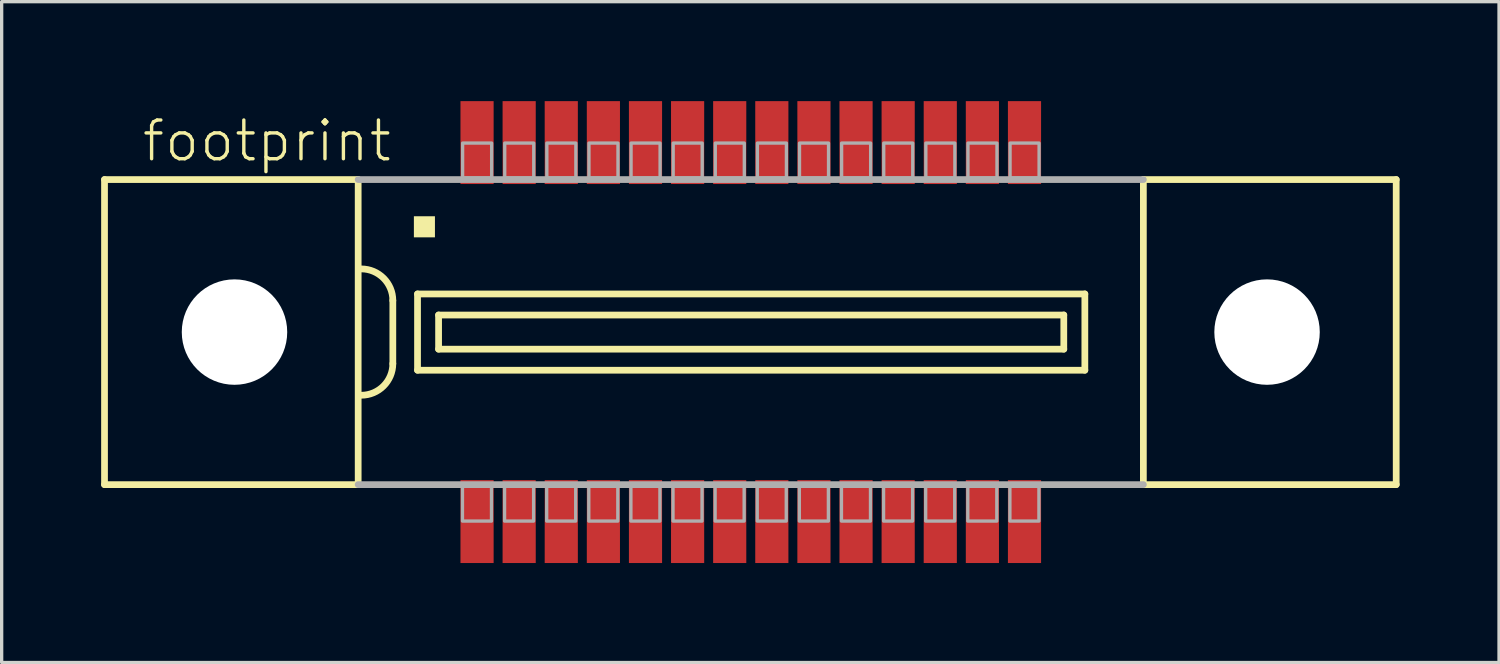
<source format=kicad_pcb>
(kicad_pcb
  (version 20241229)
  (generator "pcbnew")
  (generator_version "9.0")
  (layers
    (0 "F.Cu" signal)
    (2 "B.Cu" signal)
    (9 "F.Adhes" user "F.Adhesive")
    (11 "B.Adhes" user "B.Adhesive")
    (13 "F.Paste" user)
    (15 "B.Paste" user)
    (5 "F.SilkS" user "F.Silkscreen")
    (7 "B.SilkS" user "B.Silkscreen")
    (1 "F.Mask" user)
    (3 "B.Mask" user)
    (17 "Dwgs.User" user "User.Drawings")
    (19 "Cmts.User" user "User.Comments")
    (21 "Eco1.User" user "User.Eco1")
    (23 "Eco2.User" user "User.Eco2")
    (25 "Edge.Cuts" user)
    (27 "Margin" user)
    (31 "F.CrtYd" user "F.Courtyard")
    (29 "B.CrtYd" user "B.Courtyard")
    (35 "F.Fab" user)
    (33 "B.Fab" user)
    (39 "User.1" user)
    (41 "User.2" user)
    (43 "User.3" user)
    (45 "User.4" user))
  (footprint "footprint"
    (layer "F.Cu")
    (at 19.592 6.965)
    (property "Reference" "footprint" (at -18.415 -5.08 0) (layer "F.SilkS") (effects (font (size 1.168 1.168) (thickness 0.102)) (justify left bottom)))
    (fp_line (start -19.49 -4.6) (end -19.49 4.6) (stroke (width 0.203) (type solid)) (layer "F.SilkS"))
    (fp_line (start -19.49 4.6) (end -11.84 4.6) (stroke (width 0.203) (type solid)) (layer "F.SilkS"))
    (fp_line (start -11.84 -4.6) (end -19.49 -4.6) (stroke (width 0.203) (type solid)) (layer "F.SilkS"))
    (fp_line (start -11.84 -4.6) (end -11.84 4.6) (stroke (width 0.203) (type solid)) (layer "F.SilkS"))
    (fp_line (start -10.795 -0.953) (end -10.795 0.953) (stroke (width 0.203) (type solid)) (layer "F.SilkS"))
    (fp_line (start -10.05 -1.15) (end -10.05 1.15) (stroke (width 0.203) (type solid)) (layer "F.SilkS"))
    (fp_line (start -10.05 1.15) (end 10.075 1.15) (stroke (width 0.203) (type solid)) (layer "F.SilkS"))
    (fp_line (start -9.415 -0.515) (end -9.415 0.515) (stroke (width 0.203) (type solid)) (layer "F.SilkS"))
    (fp_line (start -9.415 0.515) (end 9.44 0.515) (stroke (width 0.203) (type solid)) (layer "F.SilkS"))
    (fp_line (start 9.44 -0.515) (end -9.415 -0.515) (stroke (width 0.203) (type solid)) (layer "F.SilkS"))
    (fp_line (start 9.44 0.515) (end 9.44 -0.515) (stroke (width 0.203) (type solid)) (layer "F.SilkS"))
    (fp_line (start 10.075 -1.15) (end -10.05 -1.15) (stroke (width 0.203) (type solid)) (layer "F.SilkS"))
    (fp_line (start 10.075 1.15) (end 10.075 -1.15) (stroke (width 0.203) (type solid)) (layer "F.SilkS"))
    (fp_line (start 11.84 4.6) (end 11.84 -4.6) (stroke (width 0.203) (type solid)) (layer "F.SilkS"))
    (fp_line (start 11.84 4.6) (end 19.465 4.6) (stroke (width 0.203) (type solid)) (layer "F.SilkS"))
    (fp_line (start 19.465 -4.6) (end 11.84 -4.6) (stroke (width 0.203) (type solid)) (layer "F.SilkS"))
    (fp_line (start 19.465 4.6) (end 19.465 -4.6) (stroke (width 0.203) (type solid)) (layer "F.SilkS"))
    (fp_arc (start -11.7475 -1.905) (mid -11.073981 -1.626019) (end -10.795 -0.9525) (stroke (width 0.2032) (type solid)) (layer "F.SilkS"))
    (fp_arc (start -10.795 0.9525) (mid -11.07401 1.625989) (end -11.747499 1.904999) (stroke (width 0.2032) (type solid)) (layer "F.SilkS"))
    (fp_poly (pts (xy -10.16 -2.857) (xy -9.525 -2.857) (xy -9.525 -3.493) (xy -10.16 -3.493)) (stroke (width 0) (type solid)) (fill yes) (layer "F.SilkS"))
    (fp_line (start -11.84 4.6) (end 11.84 4.6) (stroke (width 0.203) (type solid)) (layer "F.Fab"))
    (fp_line (start 11.84 -4.6) (end -11.84 -4.6) (stroke (width 0.203) (type solid)) (layer "F.Fab"))
    (fp_poly (pts (xy -8.69 -4.65) (xy -7.815 -4.65) (xy -7.815 -5.7) (xy -8.69 -5.7)) (stroke (width 0.1) (type solid)) (fill no) (layer "F.Fab"))
    (fp_poly (pts (xy -7.82 4.65) (xy -8.695 4.65) (xy -8.695 5.7) (xy -7.82 5.7)) (stroke (width 0.1) (type solid)) (fill no) (layer "F.Fab"))
    (fp_poly (pts (xy -7.42 -4.65) (xy -6.545 -4.65) (xy -6.545 -5.7) (xy -7.42 -5.7)) (stroke (width 0.1) (type solid)) (fill no) (layer "F.Fab"))
    (fp_poly (pts (xy -6.55 4.65) (xy -7.425 4.65) (xy -7.425 5.7) (xy -6.55 5.7)) (stroke (width 0.1) (type solid)) (fill no) (layer "F.Fab"))
    (fp_poly (pts (xy -6.15 -4.65) (xy -5.275 -4.65) (xy -5.275 -5.7) (xy -6.15 -5.7)) (stroke (width 0.1) (type solid)) (fill no) (layer "F.Fab"))
    (fp_poly (pts (xy -5.28 4.65) (xy -6.155 4.65) (xy -6.155 5.7) (xy -5.28 5.7)) (stroke (width 0.1) (type solid)) (fill no) (layer "F.Fab"))
    (fp_poly (pts (xy -4.88 -4.65) (xy -4.005 -4.65) (xy -4.005 -5.7) (xy -4.88 -5.7)) (stroke (width 0.1) (type solid)) (fill no) (layer "F.Fab"))
    (fp_poly (pts (xy -4.01 4.65) (xy -4.885 4.65) (xy -4.885 5.7) (xy -4.01 5.7)) (stroke (width 0.1) (type solid)) (fill no) (layer "F.Fab"))
    (fp_poly (pts (xy -3.61 -4.65) (xy -2.735 -4.65) (xy -2.735 -5.7) (xy -3.61 -5.7)) (stroke (width 0.1) (type solid)) (fill no) (layer "F.Fab"))
    (fp_poly (pts (xy -2.74 4.65) (xy -3.615 4.65) (xy -3.615 5.7) (xy -2.74 5.7)) (stroke (width 0.1) (type solid)) (fill no) (layer "F.Fab"))
    (fp_poly (pts (xy -2.34 -4.65) (xy -1.465 -4.65) (xy -1.465 -5.7) (xy -2.34 -5.7)) (stroke (width 0.1) (type solid)) (fill no) (layer "F.Fab"))
    (fp_poly (pts (xy -1.47 4.65) (xy -2.345 4.65) (xy -2.345 5.7) (xy -1.47 5.7)) (stroke (width 0.1) (type solid)) (fill no) (layer "F.Fab"))
    (fp_poly (pts (xy -1.07 -4.65) (xy -0.195 -4.65) (xy -0.195 -5.7) (xy -1.07 -5.7)) (stroke (width 0.1) (type solid)) (fill no) (layer "F.Fab"))
    (fp_poly (pts (xy -0.2 4.65) (xy -1.075 4.65) (xy -1.075 5.7) (xy -0.2 5.7)) (stroke (width 0.1) (type solid)) (fill no) (layer "F.Fab"))
    (fp_poly (pts (xy 0.2 -4.65) (xy 1.075 -4.65) (xy 1.075 -5.7) (xy 0.2 -5.7)) (stroke (width 0.1) (type solid)) (fill no) (layer "F.Fab"))
    (fp_poly (pts (xy 1.07 4.65) (xy 0.195 4.65) (xy 0.195 5.7) (xy 1.07 5.7)) (stroke (width 0.1) (type solid)) (fill no) (layer "F.Fab"))
    (fp_poly (pts (xy 1.47 -4.65) (xy 2.345 -4.65) (xy 2.345 -5.7) (xy 1.47 -5.7)) (stroke (width 0.1) (type solid)) (fill no) (layer "F.Fab"))
    (fp_poly (pts (xy 2.34 4.65) (xy 1.465 4.65) (xy 1.465 5.7) (xy 2.34 5.7)) (stroke (width 0.1) (type solid)) (fill no) (layer "F.Fab"))
    (fp_poly (pts (xy 2.74 -4.65) (xy 3.615 -4.65) (xy 3.615 -5.7) (xy 2.74 -5.7)) (stroke (width 0.1) (type solid)) (fill no) (layer "F.Fab"))
    (fp_poly (pts (xy 3.61 4.65) (xy 2.735 4.65) (xy 2.735 5.7) (xy 3.61 5.7)) (stroke (width 0.1) (type solid)) (fill no) (layer "F.Fab"))
    (fp_poly (pts (xy 4.01 -4.65) (xy 4.885 -4.65) (xy 4.885 -5.7) (xy 4.01 -5.7)) (stroke (width 0.1) (type solid)) (fill no) (layer "F.Fab"))
    (fp_poly (pts (xy 4.88 4.65) (xy 4.005 4.65) (xy 4.005 5.7) (xy 4.88 5.7)) (stroke (width 0.1) (type solid)) (fill no) (layer "F.Fab"))
    (fp_poly (pts (xy 5.28 -4.65) (xy 6.155 -4.65) (xy 6.155 -5.7) (xy 5.28 -5.7)) (stroke (width 0.1) (type solid)) (fill no) (layer "F.Fab"))
    (fp_poly (pts (xy 6.15 4.65) (xy 5.275 4.65) (xy 5.275 5.7) (xy 6.15 5.7)) (stroke (width 0.1) (type solid)) (fill no) (layer "F.Fab"))
    (fp_poly (pts (xy 6.55 -4.65) (xy 7.425 -4.65) (xy 7.425 -5.7) (xy 6.55 -5.7)) (stroke (width 0.1) (type solid)) (fill no) (layer "F.Fab"))
    (fp_poly (pts (xy 7.42 4.65) (xy 6.545 4.65) (xy 6.545 5.7) (xy 7.42 5.7)) (stroke (width 0.1) (type solid)) (fill no) (layer "F.Fab"))
    (fp_poly (pts (xy 7.82 -4.65) (xy 8.695 -4.65) (xy 8.695 -5.7) (xy 7.82 -5.7)) (stroke (width 0.1) (type solid)) (fill no) (layer "F.Fab"))
    (fp_poly (pts (xy 8.69 4.65) (xy 7.815 4.65) (xy 7.815 5.7) (xy 8.69 5.7)) (stroke (width 0.1) (type solid)) (fill no) (layer "F.Fab"))
    (pad "" np_thru_hole circle (at -15.57 0) (size 3.18 3.18) (drill 3.18) (layers "*.Cu" "*.Mask"))
    (pad "" np_thru_hole circle (at 15.57 0) (size 3.18 3.18) (drill 3.18) (layers "*.Cu" "*.Mask"))
    (pad "1" smd rect (at -8.255 -5.715) (size 1 2.5) (layers "F.Cu" "F.Mask" "F.Paste"))
    (pad "2" smd rect (at -6.985 -5.715) (size 1 2.5) (layers "F.Cu" "F.Mask" "F.Paste"))
    (pad "3" smd rect (at -5.715 -5.715) (size 1 2.5) (layers "F.Cu" "F.Mask" "F.Paste"))
    (pad "4" smd rect (at -4.445 -5.715) (size 1 2.5) (layers "F.Cu" "F.Mask" "F.Paste"))
    (pad "5" smd rect (at -3.175 -5.715) (size 1 2.5) (layers "F.Cu" "F.Mask" "F.Paste"))
    (pad "6" smd rect (at -1.905 -5.715) (size 1 2.5) (layers "F.Cu" "F.Mask" "F.Paste"))
    (pad "7" smd rect (at -0.635 -5.715) (size 1 2.5) (layers "F.Cu" "F.Mask" "F.Paste"))
    (pad "8" smd rect (at 0.635 -5.715) (size 1 2.5) (layers "F.Cu" "F.Mask" "F.Paste"))
    (pad "9" smd rect (at 1.905 -5.715) (size 1 2.5) (layers "F.Cu" "F.Mask" "F.Paste"))
    (pad "10" smd rect (at 3.175 -5.715) (size 1 2.5) (layers "F.Cu" "F.Mask" "F.Paste"))
    (pad "11" smd rect (at 4.445 -5.715 180) (size 1 2.5) (layers "F.Cu" "F.Mask" "F.Paste"))
    (pad "12" smd rect (at 5.715 -5.715 180) (size 1 2.5) (layers "F.Cu" "F.Mask" "F.Paste"))
    (pad "13" smd rect (at 6.985 -5.715 180) (size 1 2.5) (layers "F.Cu" "F.Mask" "F.Paste"))
    (pad "14" smd rect (at 8.255 -5.715 180) (size 1 2.5) (layers "F.Cu" "F.Mask" "F.Paste"))
    (pad "15" smd rect (at -8.255 5.715) (size 1 2.5) (layers "F.Cu" "F.Mask" "F.Paste"))
    (pad "16" smd rect (at -6.985 5.715) (size 1 2.5) (layers "F.Cu" "F.Mask" "F.Paste"))
    (pad "17" smd rect (at -5.715 5.715) (size 1 2.5) (layers "F.Cu" "F.Mask" "F.Paste"))
    (pad "18" smd rect (at -4.445 5.715) (size 1 2.5) (layers "F.Cu" "F.Mask" "F.Paste"))
    (pad "19" smd rect (at -3.175 5.715) (size 1 2.5) (layers "F.Cu" "F.Mask" "F.Paste"))
    (pad "20" smd rect (at -1.905 5.715) (size 1 2.5) (layers "F.Cu" "F.Mask" "F.Paste"))
    (pad "21" smd rect (at -0.635 5.715) (size 1 2.5) (layers "F.Cu" "F.Mask" "F.Paste"))
    (pad "22" smd rect (at 0.635 5.715) (size 1 2.5) (layers "F.Cu" "F.Mask" "F.Paste"))
    (pad "23" smd rect (at 1.905 5.715) (size 1 2.5) (layers "F.Cu" "F.Mask" "F.Paste"))
    (pad "24" smd rect (at 3.175 5.715) (size 1 2.5) (layers "F.Cu" "F.Mask" "F.Paste"))
    (pad "25" smd rect (at 4.445 5.715) (size 1 2.5) (layers "F.Cu" "F.Mask" "F.Paste"))
    (pad "26" smd rect (at 5.715 5.715) (size 1 2.5) (layers "F.Cu" "F.Mask" "F.Paste"))
    (pad "27" smd rect (at 6.985 5.715) (size 1 2.5) (layers "F.Cu" "F.Mask" "F.Paste"))
    (pad "28" smd rect (at 8.255 5.715) (size 1 2.5) (layers "F.Cu" "F.Mask" "F.Paste")))
  (gr_rect
    (start -3 -3)
    (end 42.158 16.93)
    (stroke (width 0.1) (type default))
    (fill no)
    (layer "Edge.Cuts")))
</source>
